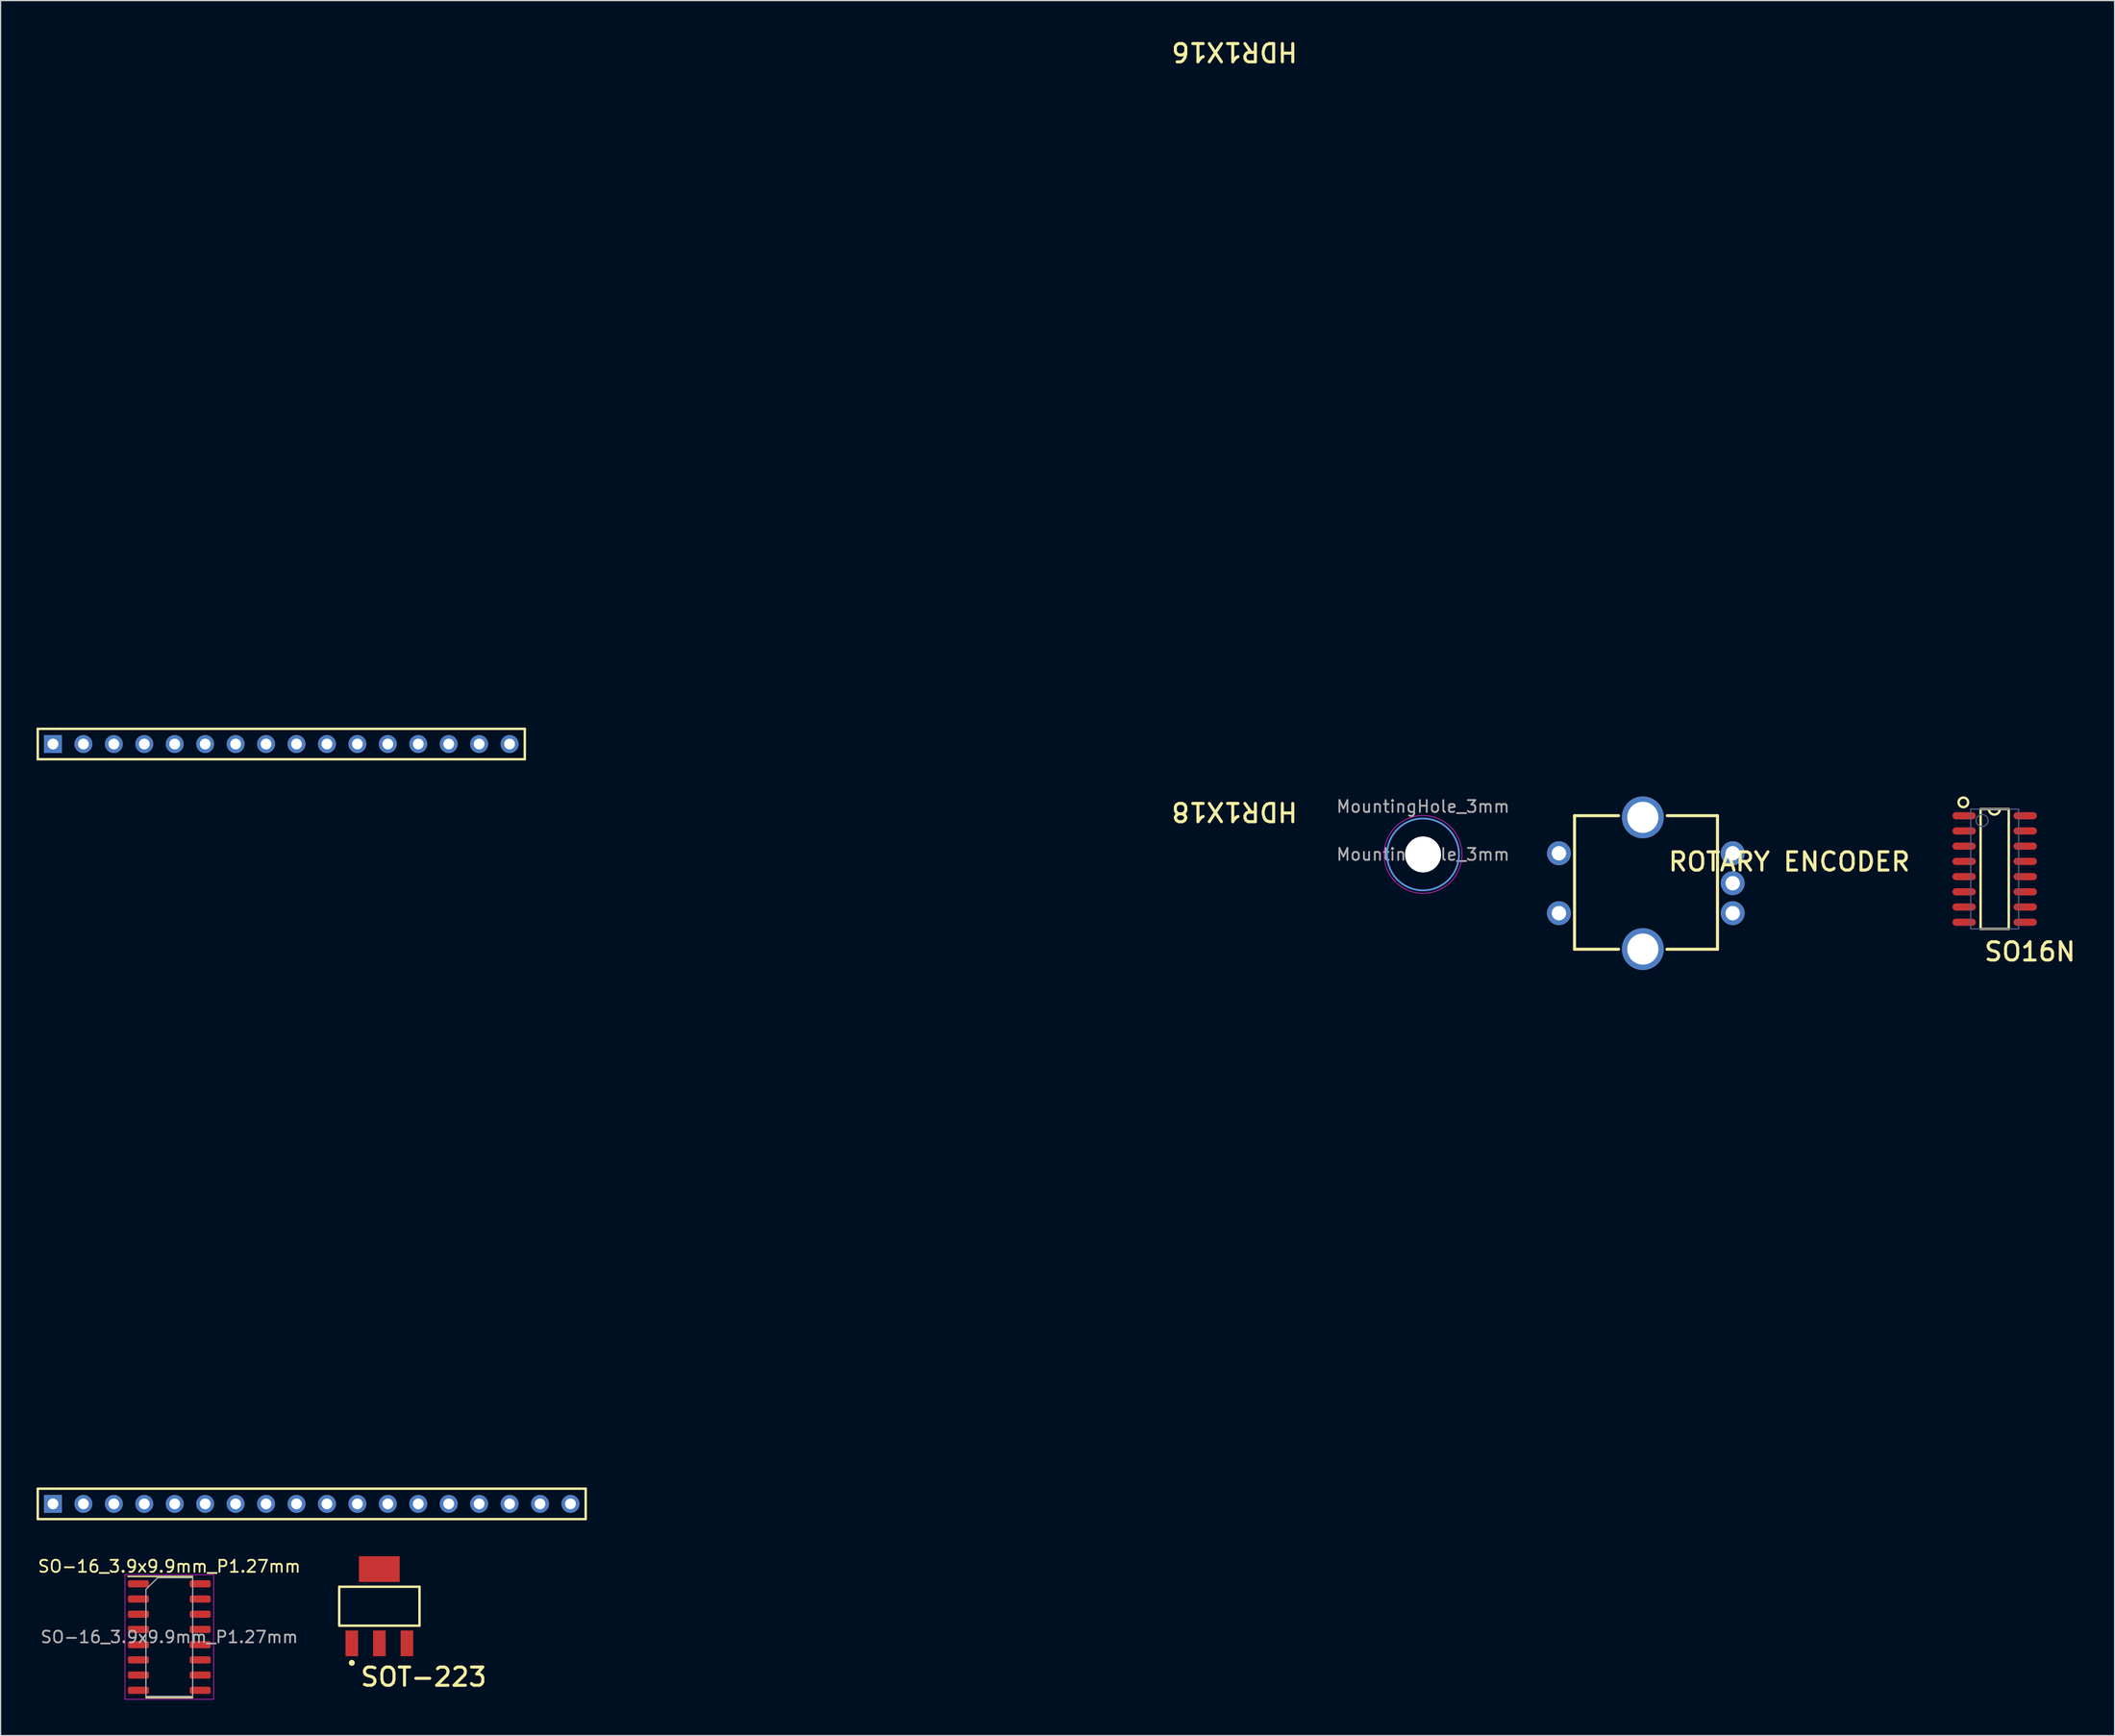
<source format=kicad_pcb>
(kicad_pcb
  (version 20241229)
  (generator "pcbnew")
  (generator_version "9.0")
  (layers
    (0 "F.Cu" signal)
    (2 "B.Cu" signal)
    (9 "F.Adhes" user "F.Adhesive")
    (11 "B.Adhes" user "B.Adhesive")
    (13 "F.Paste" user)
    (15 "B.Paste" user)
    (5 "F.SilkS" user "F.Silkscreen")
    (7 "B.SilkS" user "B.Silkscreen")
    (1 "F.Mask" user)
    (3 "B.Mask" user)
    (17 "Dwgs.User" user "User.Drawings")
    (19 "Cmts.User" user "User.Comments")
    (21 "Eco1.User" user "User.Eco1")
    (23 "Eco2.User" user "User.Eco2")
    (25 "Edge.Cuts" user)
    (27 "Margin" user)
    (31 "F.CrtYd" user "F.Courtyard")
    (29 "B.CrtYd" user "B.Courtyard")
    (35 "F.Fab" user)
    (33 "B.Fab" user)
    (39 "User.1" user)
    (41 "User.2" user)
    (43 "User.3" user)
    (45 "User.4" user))
  (footprint "HDR1X18"
    (layer "F.Cu")
    (at 1.37 122.511)
    (property "Reference" "HDR1X18" (at 103.981 -58.682 180) (unlocked yes) (layer "F.SilkS") (effects (font (size 1.524 1.524) (thickness 0.254)) (justify left bottom)))
    (attr through_hole)
    (fp_line (start -1.27 1.27) (end -1.27 -1.27) (stroke (width 0.2) (type solid)) (layer "F.SilkS"))
    (fp_line (start 0.635 -1.27) (end -1.27 -1.27) (stroke (width 0.2) (type solid)) (layer "F.SilkS"))
    (fp_line (start 44.45 -1.27) (end 0.635 -1.27) (stroke (width 0.2) (type solid)) (layer "F.SilkS"))
    (fp_line (start 44.45 1.27) (end -1.27 1.27) (stroke (width 0.2) (type solid)) (layer "F.SilkS"))
    (fp_line (start 44.45 1.27) (end 44.45 -1.27) (stroke (width 0.2) (type solid)) (layer "F.SilkS"))
    (pad "1" thru_hole rect (at -0.00001 0 180) (size 1.5 1.5) (drill 0.9) (layers "*.Cu" "*.Mask"))
    (pad "2" thru_hole circle (at 2.54 0 180) (size 1.5 1.5) (drill 0.9) (layers "*.Cu" "*.Mask"))
    (pad "3" thru_hole circle (at 5.08 0 180) (size 1.5 1.5) (drill 0.9) (layers "*.Cu" "*.Mask"))
    (pad "4" thru_hole circle (at 7.62 0 180) (size 1.5 1.5) (drill 0.9) (layers "*.Cu" "*.Mask"))
    (pad "5" thru_hole circle (at 10.16 0 180) (size 1.5 1.5) (drill 0.9) (layers "*.Cu" "*.Mask"))
    (pad "6" thru_hole circle (at 12.7 0 180) (size 1.5 1.5) (drill 0.9) (layers "*.Cu" "*.Mask"))
    (pad "7" thru_hole circle (at 15.24 0 180) (size 1.5 1.5) (drill 0.9) (layers "*.Cu" "*.Mask"))
    (pad "8" thru_hole circle (at 17.78 0 180) (size 1.5 1.5) (drill 0.9) (layers "*.Cu" "*.Mask"))
    (pad "9" thru_hole circle (at 20.32 0 180) (size 1.5 1.5) (drill 0.9) (layers "*.Cu" "*.Mask"))
    (pad "10" thru_hole circle (at 22.86 0 180) (size 1.5 1.5) (drill 0.9) (layers "*.Cu" "*.Mask"))
    (pad "11" thru_hole circle (at 25.4 0 180) (size 1.5 1.5) (drill 0.9) (layers "*.Cu" "*.Mask"))
    (pad "12" thru_hole circle (at 27.94 0 180) (size 1.5 1.5) (drill 0.9) (layers "*.Cu" "*.Mask"))
    (pad "13" thru_hole circle (at 30.48 0 180) (size 1.5 1.5) (drill 0.9) (layers "*.Cu" "*.Mask"))
    (pad "14" thru_hole circle (at 33.02 0 180) (size 1.5 1.5) (drill 0.9) (layers "*.Cu" "*.Mask"))
    (pad "15" thru_hole circle (at 35.56 0 180) (size 1.5 1.5) (drill 0.9) (layers "*.Cu" "*.Mask"))
    (pad "16" thru_hole circle (at 38.1 0 180) (size 1.5 1.5) (drill 0.9) (layers "*.Cu" "*.Mask"))
    (pad "17" thru_hole circle (at 40.64 0 180) (size 1.5 1.5) (drill 0.9) (layers "*.Cu" "*.Mask"))
    (pad "18" thru_hole circle (at 43.18 0 180) (size 1.5 1.5) (drill 0.9) (layers "*.Cu" "*.Mask")))
  (footprint "SOT-223"
    (layer "F.Cu")
    (at 28.605 131.056)
    (property "Reference" "SOT-223" (at -1.7 6.8 0) (unlocked yes) (layer "F.SilkS") (effects (font (size 1.524 1.524) (thickness 0.254)) (justify left bottom)))
    (fp_line (start -3.35 -1.625) (end 3.35 -1.625) (stroke (width 0.2) (type solid)) (layer "F.SilkS"))
    (fp_line (start -3.35 1.625) (end -3.35 -1.625) (stroke (width 0.2) (type solid)) (layer "F.SilkS"))
    (fp_line (start -3.35 1.625) (end 3.35 1.625) (stroke (width 0.2) (type solid)) (layer "F.SilkS"))
    (fp_line (start 3.35 1.625) (end 3.35 -1.625) (stroke (width 0.2) (type solid)) (layer "F.SilkS"))
    (fp_circle (center -2.3 4.725) (end -2.3 4.6) (stroke (width 0.25) (type solid)) (fill no) (layer "F.SilkS"))
    (pad "1" smd rect (at -2.3 3.1) (size 1.05 2.15) (layers "F.Cu" "F.Mask" "F.Paste"))
    (pad "2" smd rect (at -0.00002 3.1) (size 1.05 2.15) (layers "F.Cu" "F.Mask" "F.Paste"))
    (pad "3" smd rect (at 2.3 3.1) (size 1.05 2.15) (layers "F.Cu" "F.Mask" "F.Paste"))
    (pad "4" smd rect (at -0.00002 -3.1) (size 3.4 2.15) (layers "F.Cu" "F.Mask" "F.Paste")))
  (footprint "HDR1X16"
    (layer "F.Cu")
    (at 1.37 59.071)
    (property "Reference" "HDR1X16" (at 103.981 -58.682 180) (unlocked yes) (layer "F.SilkS") (effects (font (size 1.524 1.524) (thickness 0.254)) (justify left bottom)))
    (attr through_hole)
    (fp_line (start -1.27 1.27) (end -1.27 -1.27) (stroke (width 0.2) (type solid)) (layer "F.SilkS"))
    (fp_line (start 0.635 -1.27) (end -1.27 -1.27) (stroke (width 0.2) (type solid)) (layer "F.SilkS"))
    (fp_line (start 39.37 -1.27) (end 0.635 -1.27) (stroke (width 0.2) (type solid)) (layer "F.SilkS"))
    (fp_line (start 39.37 1.27) (end -1.27 1.27) (stroke (width 0.2) (type solid)) (layer "F.SilkS"))
    (fp_line (start 39.37 1.27) (end 39.37 -1.27) (stroke (width 0.2) (type solid)) (layer "F.SilkS"))
    (pad "1" thru_hole rect (at -0.00001 0 180) (size 1.5 1.5) (drill 0.9) (layers "*.Cu" "*.Mask"))
    (pad "2" thru_hole circle (at 2.54 0 180) (size 1.5 1.5) (drill 0.9) (layers "*.Cu" "*.Mask"))
    (pad "3" thru_hole circle (at 5.08 0 180) (size 1.5 1.5) (drill 0.9) (layers "*.Cu" "*.Mask"))
    (pad "4" thru_hole circle (at 7.62 0 180) (size 1.5 1.5) (drill 0.9) (layers "*.Cu" "*.Mask"))
    (pad "5" thru_hole circle (at 10.16 0 180) (size 1.5 1.5) (drill 0.9) (layers "*.Cu" "*.Mask"))
    (pad "6" thru_hole circle (at 12.7 0 180) (size 1.5 1.5) (drill 0.9) (layers "*.Cu" "*.Mask"))
    (pad "7" thru_hole circle (at 15.24 0 180) (size 1.5 1.5) (drill 0.9) (layers "*.Cu" "*.Mask"))
    (pad "8" thru_hole circle (at 17.78 0 180) (size 1.5 1.5) (drill 0.9) (layers "*.Cu" "*.Mask"))
    (pad "9" thru_hole circle (at 20.32 0 180) (size 1.5 1.5) (drill 0.9) (layers "*.Cu" "*.Mask"))
    (pad "10" thru_hole circle (at 22.86 0 180) (size 1.5 1.5) (drill 0.9) (layers "*.Cu" "*.Mask"))
    (pad "11" thru_hole circle (at 25.4 0 180) (size 1.5 1.5) (drill 0.9) (layers "*.Cu" "*.Mask"))
    (pad "12" thru_hole circle (at 27.94 0 180) (size 1.5 1.5) (drill 0.9) (layers "*.Cu" "*.Mask"))
    (pad "13" thru_hole circle (at 30.48 0 180) (size 1.5 1.5) (drill 0.9) (layers "*.Cu" "*.Mask"))
    (pad "14" thru_hole circle (at 33.02 0 180) (size 1.5 1.5) (drill 0.9) (layers "*.Cu" "*.Mask"))
    (pad "15" thru_hole circle (at 35.56 0 180) (size 1.5 1.5) (drill 0.9) (layers "*.Cu" "*.Mask"))
    (pad "16" thru_hole circle (at 38.1 0 180) (size 1.5 1.5) (drill 0.9) (layers "*.Cu" "*.Mask")))
  (footprint "MountingHole_3mm"
    (layer "F.Cu")
    (at 115.69 68.289)
    (property "Reference" "MountingHole_3mm" (at 0 -4 0) (layer "F.Fab") (effects (font (size 1 1) (thickness 0.15))))
    (attr exclude_from_pos_files exclude_from_bom)
    (fp_circle (center 0 0) (end 3 0) (stroke (width 0.15) (type solid)) (fill no) (layer "Cmts.User"))
    (fp_circle (center 0 0) (end 3.25 0) (stroke (width 0.05) (type solid)) (fill no) (layer "F.CrtYd"))
    (fp_text user "${REFERENCE}" (at 0 0 0) (layer "F.Fab") (effects (font (size 1 1) (thickness 0.15))))
    (pad "" thru_hole circle (at 0 0) (size 3 3) (drill 3) (layers "*.Cu" "*.Mask")))
  (footprint "ROTARY ENCODER"
    (layer "F.Cu")
    (at 141.53 70.691)
    (property "Reference" "ROTARY ENCODER" (at -5.5 -0.9 0) (unlocked yes) (layer "F.SilkS") (effects (font (size 1.524 1.524) (thickness 0.254)) (justify left bottom)))
    (attr through_hole)
    (fp_line (start -13.2 -5.639) (end -13.2 5.512) (stroke (width 0.254) (type solid)) (layer "F.SilkS"))
    (fp_line (start -13.2 -5.639) (end -9.525 -5.639) (stroke (width 0.254) (type solid)) (layer "F.SilkS"))
    (fp_line (start -13.2 5.512) (end -9.525 5.512) (stroke (width 0.254) (type solid)) (layer "F.SilkS"))
    (fp_line (start -5.486 5.512) (end -1.27 5.512) (stroke (width 0.254) (type solid)) (layer "F.SilkS"))
    (fp_line (start -5.461 -5.639) (end -1.27 -5.639) (stroke (width 0.254) (type solid)) (layer "F.SilkS"))
    (fp_line (start -1.27 -5.639) (end -1.27 5.512) (stroke (width 0.254) (type solid)) (layer "F.SilkS"))
    (pad "1" thru_hole circle (at 0 2.5) (size 2 2) (drill 1.2) (layers "*.Cu" "*.Mask"))
    (pad "2" thru_hole circle (at 0 0) (size 2 2) (drill 1.2) (layers "*.Cu" "*.Mask"))
    (pad "3" thru_hole circle (at 0 -2.5) (size 2 2) (drill 1.2) (layers "*.Cu" "*.Mask"))
    (pad "4" thru_hole circle (at -14.5 -2.5) (size 2 2) (drill 1.2) (layers "*.Cu" "*.Mask"))
    (pad "5" thru_hole circle (at -14.5 2.5) (size 2 2) (drill 1.2) (layers "*.Cu" "*.Mask"))
    (pad "6" thru_hole circle (at -7.5 -5.5) (size 3.5 3.5) (drill 2.6) (layers "*.Cu" "*.Mask"))
    (pad "7" thru_hole circle (at -7.5 5.5) (size 3.5 3.5) (drill 2.6) (layers "*.Cu" "*.Mask")))
  (footprint "SO16N"
    (layer "F.Cu")
    (at 163.389 69.503)
    (property "Reference" "SO16N" (at -1 7.8 0) (unlocked yes) (layer "F.SilkS") (effects (font (size 1.524 1.524) (thickness 0.254)) (justify left bottom)))
    (fp_line (start -1.175 -5) (end 1.175 -5) (stroke (width 0.2) (type solid)) (layer "F.SilkS"))
    (fp_line (start -1.175 5) (end -1.175 -5) (stroke (width 0.2) (type solid)) (layer "F.SilkS"))
    (fp_line (start -1.175 5) (end 1.175 5) (stroke (width 0.2) (type solid)) (layer "F.SilkS"))
    (fp_line (start 1.175 5) (end 1.175 -5) (stroke (width 0.2) (type solid)) (layer "F.SilkS"))
    (fp_arc (start 0.4318 -5) (mid -0.0254 -4.5428) (end -0.4826 -5) (stroke (width 0.2) (type solid)) (layer "F.SilkS"))
    (fp_circle (center -2.613 -5.563) (end -2.613 -5.963) (stroke (width 0.2) (type solid)) (fill no) (layer "F.SilkS"))
    (fp_line (start -3.75 -5.25) (end 3.75 -5.25) (stroke (width 0.1) (type solid)) (layer "Eco1.User"))
    (fp_line (start -3.75 5.25) (end -3.75 -5.25) (stroke (width 0.1) (type solid)) (layer "Eco1.User"))
    (fp_line (start -3.75 5.25) (end 3.75 5.25) (stroke (width 0.1) (type solid)) (layer "Eco1.User"))
    (fp_line (start -0.5 0.00001) (end 0.5 0.00001) (stroke (width 0.1) (type solid)) (layer "Eco1.User"))
    (fp_line (start 0.00001 0.5) (end 0.00001 -0.5) (stroke (width 0.1) (type solid)) (layer "Eco1.User"))
    (fp_line (start 3.75 5.25) (end 3.75 -5.25) (stroke (width 0.1) (type solid)) (layer "Eco1.User"))
    (fp_line (start -2 -5) (end 2 -5) (stroke (width 0.1) (type solid)) (layer "B.Fab"))
    (fp_line (start -2 5) (end -2 -5) (stroke (width 0.1) (type solid)) (layer "B.Fab"))
    (fp_line (start -2 5) (end 2 5) (stroke (width 0.1) (type solid)) (layer "B.Fab"))
    (fp_line (start 2 5) (end 2 -5) (stroke (width 0.1) (type solid)) (layer "B.Fab"))
    (fp_circle (center -1.05 -4.05) (end -1.05 -4.55) (stroke (width 0.1) (type solid)) (fill no) (layer "B.Fab"))
    (pad "1" smd oval (at -2.55 -4.445 90) (size 0.6 1.95) (layers "F.Cu" "F.Mask" "F.Paste"))
    (pad "2" smd oval (at -2.55 -3.175 90) (size 0.6 1.95) (layers "F.Cu" "F.Mask" "F.Paste"))
    (pad "3" smd oval (at -2.55 -1.905 90) (size 0.6 1.95) (layers "F.Cu" "F.Mask" "F.Paste"))
    (pad "4" smd oval (at -2.55 -0.635 90) (size 0.6 1.95) (layers "F.Cu" "F.Mask" "F.Paste"))
    (pad "5" smd oval (at -2.55 0.635 90) (size 0.6 1.95) (layers "F.Cu" "F.Mask" "F.Paste"))
    (pad "6" smd oval (at -2.55 1.905 90) (size 0.6 1.95) (layers "F.Cu" "F.Mask" "F.Paste"))
    (pad "7" smd oval (at -2.55 3.175 90) (size 0.6 1.95) (layers "F.Cu" "F.Mask" "F.Paste"))
    (pad "8" smd oval (at -2.55 4.445 90) (size 0.6 1.95) (layers "F.Cu" "F.Mask" "F.Paste"))
    (pad "9" smd oval (at 2.55 4.445 90) (size 0.6 1.95) (layers "F.Cu" "F.Mask" "F.Paste"))
    (pad "10" smd oval (at 2.55 3.175 90) (size 0.6 1.95) (layers "F.Cu" "F.Mask" "F.Paste"))
    (pad "11" smd oval (at 2.55 1.905 90) (size 0.6 1.95) (layers "F.Cu" "F.Mask" "F.Paste"))
    (pad "12" smd oval (at 2.55 0.635 90) (size 0.6 1.95) (layers "F.Cu" "F.Mask" "F.Paste"))
    (pad "13" smd oval (at 2.55 -0.635 90) (size 0.6 1.95) (layers "F.Cu" "F.Mask" "F.Paste"))
    (pad "14" smd oval (at 2.55 -1.905 90) (size 0.6 1.95) (layers "F.Cu" "F.Mask" "F.Paste"))
    (pad "15" smd oval (at 2.55 -3.175 90) (size 0.6 1.95) (layers "F.Cu" "F.Mask" "F.Paste"))
    (pad "16" smd oval (at 2.55 -4.445 90) (size 0.6 1.95) (layers "F.Cu" "F.Mask" "F.Paste")))
  (footprint "SO-16_3.9x9.9mm_P1.27mm"
    (layer "F.Cu")
    (at 11.077 133.629)
    (property "Reference" "SO-16_3.9x9.9mm_P1.27mm" (at 0 -5.9 0) (layer "F.SilkS") (effects (font (size 1 1) (thickness 0.15))))
    (attr smd)
    (fp_line (start 0 -5.06) (end -3.45 -5.06) (stroke (width 0.12) (type solid)) (layer "F.SilkS"))
    (fp_line (start 0 -5.06) (end 1.95 -5.06) (stroke (width 0.12) (type solid)) (layer "F.SilkS"))
    (fp_line (start 0 5.06) (end -1.95 5.06) (stroke (width 0.12) (type solid)) (layer "F.SilkS"))
    (fp_line (start 0 5.06) (end 1.95 5.06) (stroke (width 0.12) (type solid)) (layer "F.SilkS"))
    (fp_line (start -3.7 -5.2) (end -3.7 5.2) (stroke (width 0.05) (type solid)) (layer "F.CrtYd"))
    (fp_line (start -3.7 5.2) (end 3.7 5.2) (stroke (width 0.05) (type solid)) (layer "F.CrtYd"))
    (fp_line (start 3.7 -5.2) (end -3.7 -5.2) (stroke (width 0.05) (type solid)) (layer "F.CrtYd"))
    (fp_line (start 3.7 5.2) (end 3.7 -5.2) (stroke (width 0.05) (type solid)) (layer "F.CrtYd"))
    (fp_line (start -1.95 -3.975) (end -0.975 -4.95) (stroke (width 0.1) (type solid)) (layer "F.Fab"))
    (fp_line (start -1.95 4.95) (end -1.95 -3.975) (stroke (width 0.1) (type solid)) (layer "F.Fab"))
    (fp_line (start -0.975 -4.95) (end 1.95 -4.95) (stroke (width 0.1) (type solid)) (layer "F.Fab"))
    (fp_line (start 1.95 -4.95) (end 1.95 4.95) (stroke (width 0.1) (type solid)) (layer "F.Fab"))
    (fp_line (start 1.95 4.95) (end -1.95 4.95) (stroke (width 0.1) (type solid)) (layer "F.Fab"))
    (fp_text user "${REFERENCE}" (at 0 0 0) (layer "F.Fab") (effects (font (size 0.98 0.98) (thickness 0.15))))
    (pad "1" smd roundrect (at -2.575 -4.445) (size 1.75 0.6) (layers "F.Cu" "F.Mask" "F.Paste") (roundrect_rratio 0.25))
    (pad "2" smd roundrect (at -2.575 -3.175) (size 1.75 0.6) (layers "F.Cu" "F.Mask" "F.Paste") (roundrect_rratio 0.25))
    (pad "3" smd roundrect (at -2.575 -1.905) (size 1.75 0.6) (layers "F.Cu" "F.Mask" "F.Paste") (roundrect_rratio 0.25))
    (pad "4" smd roundrect (at -2.575 -0.635) (size 1.75 0.6) (layers "F.Cu" "F.Mask" "F.Paste") (roundrect_rratio 0.25))
    (pad "5" smd roundrect (at -2.575 0.635) (size 1.75 0.6) (layers "F.Cu" "F.Mask" "F.Paste") (roundrect_rratio 0.25))
    (pad "6" smd roundrect (at -2.575 1.905) (size 1.75 0.6) (layers "F.Cu" "F.Mask" "F.Paste") (roundrect_rratio 0.25))
    (pad "7" smd roundrect (at -2.575 3.175) (size 1.75 0.6) (layers "F.Cu" "F.Mask" "F.Paste") (roundrect_rratio 0.25))
    (pad "8" smd roundrect (at -2.575 4.445) (size 1.75 0.6) (layers "F.Cu" "F.Mask" "F.Paste") (roundrect_rratio 0.25))
    (pad "9" smd roundrect (at 2.575 4.445) (size 1.75 0.6) (layers "F.Cu" "F.Mask" "F.Paste") (roundrect_rratio 0.25))
    (pad "10" smd roundrect (at 2.575 3.175) (size 1.75 0.6) (layers "F.Cu" "F.Mask" "F.Paste") (roundrect_rratio 0.25))
    (pad "11" smd roundrect (at 2.575 1.905) (size 1.75 0.6) (layers "F.Cu" "F.Mask" "F.Paste") (roundrect_rratio 0.25))
    (pad "12" smd roundrect (at 2.575 0.635) (size 1.75 0.6) (layers "F.Cu" "F.Mask" "F.Paste") (roundrect_rratio 0.25))
    (pad "13" smd roundrect (at 2.575 -0.635) (size 1.75 0.6) (layers "F.Cu" "F.Mask" "F.Paste") (roundrect_rratio 0.25))
    (pad "14" smd roundrect (at 2.575 -1.905) (size 1.75 0.6) (layers "F.Cu" "F.Mask" "F.Paste") (roundrect_rratio 0.25))
    (pad "15" smd roundrect (at 2.575 -3.175) (size 1.75 0.6) (layers "F.Cu" "F.Mask" "F.Paste") (roundrect_rratio 0.25))
    (pad "16" smd roundrect (at 2.575 -4.445) (size 1.75 0.6) (layers "F.Cu" "F.Mask" "F.Paste") (roundrect_rratio 0.25)))
  (gr_rect
    (start -3 -3)
    (end 173.394 141.854)
    (stroke (width 0.1) (type default))
    (fill no)
    (layer "Edge.Cuts")))
</source>
